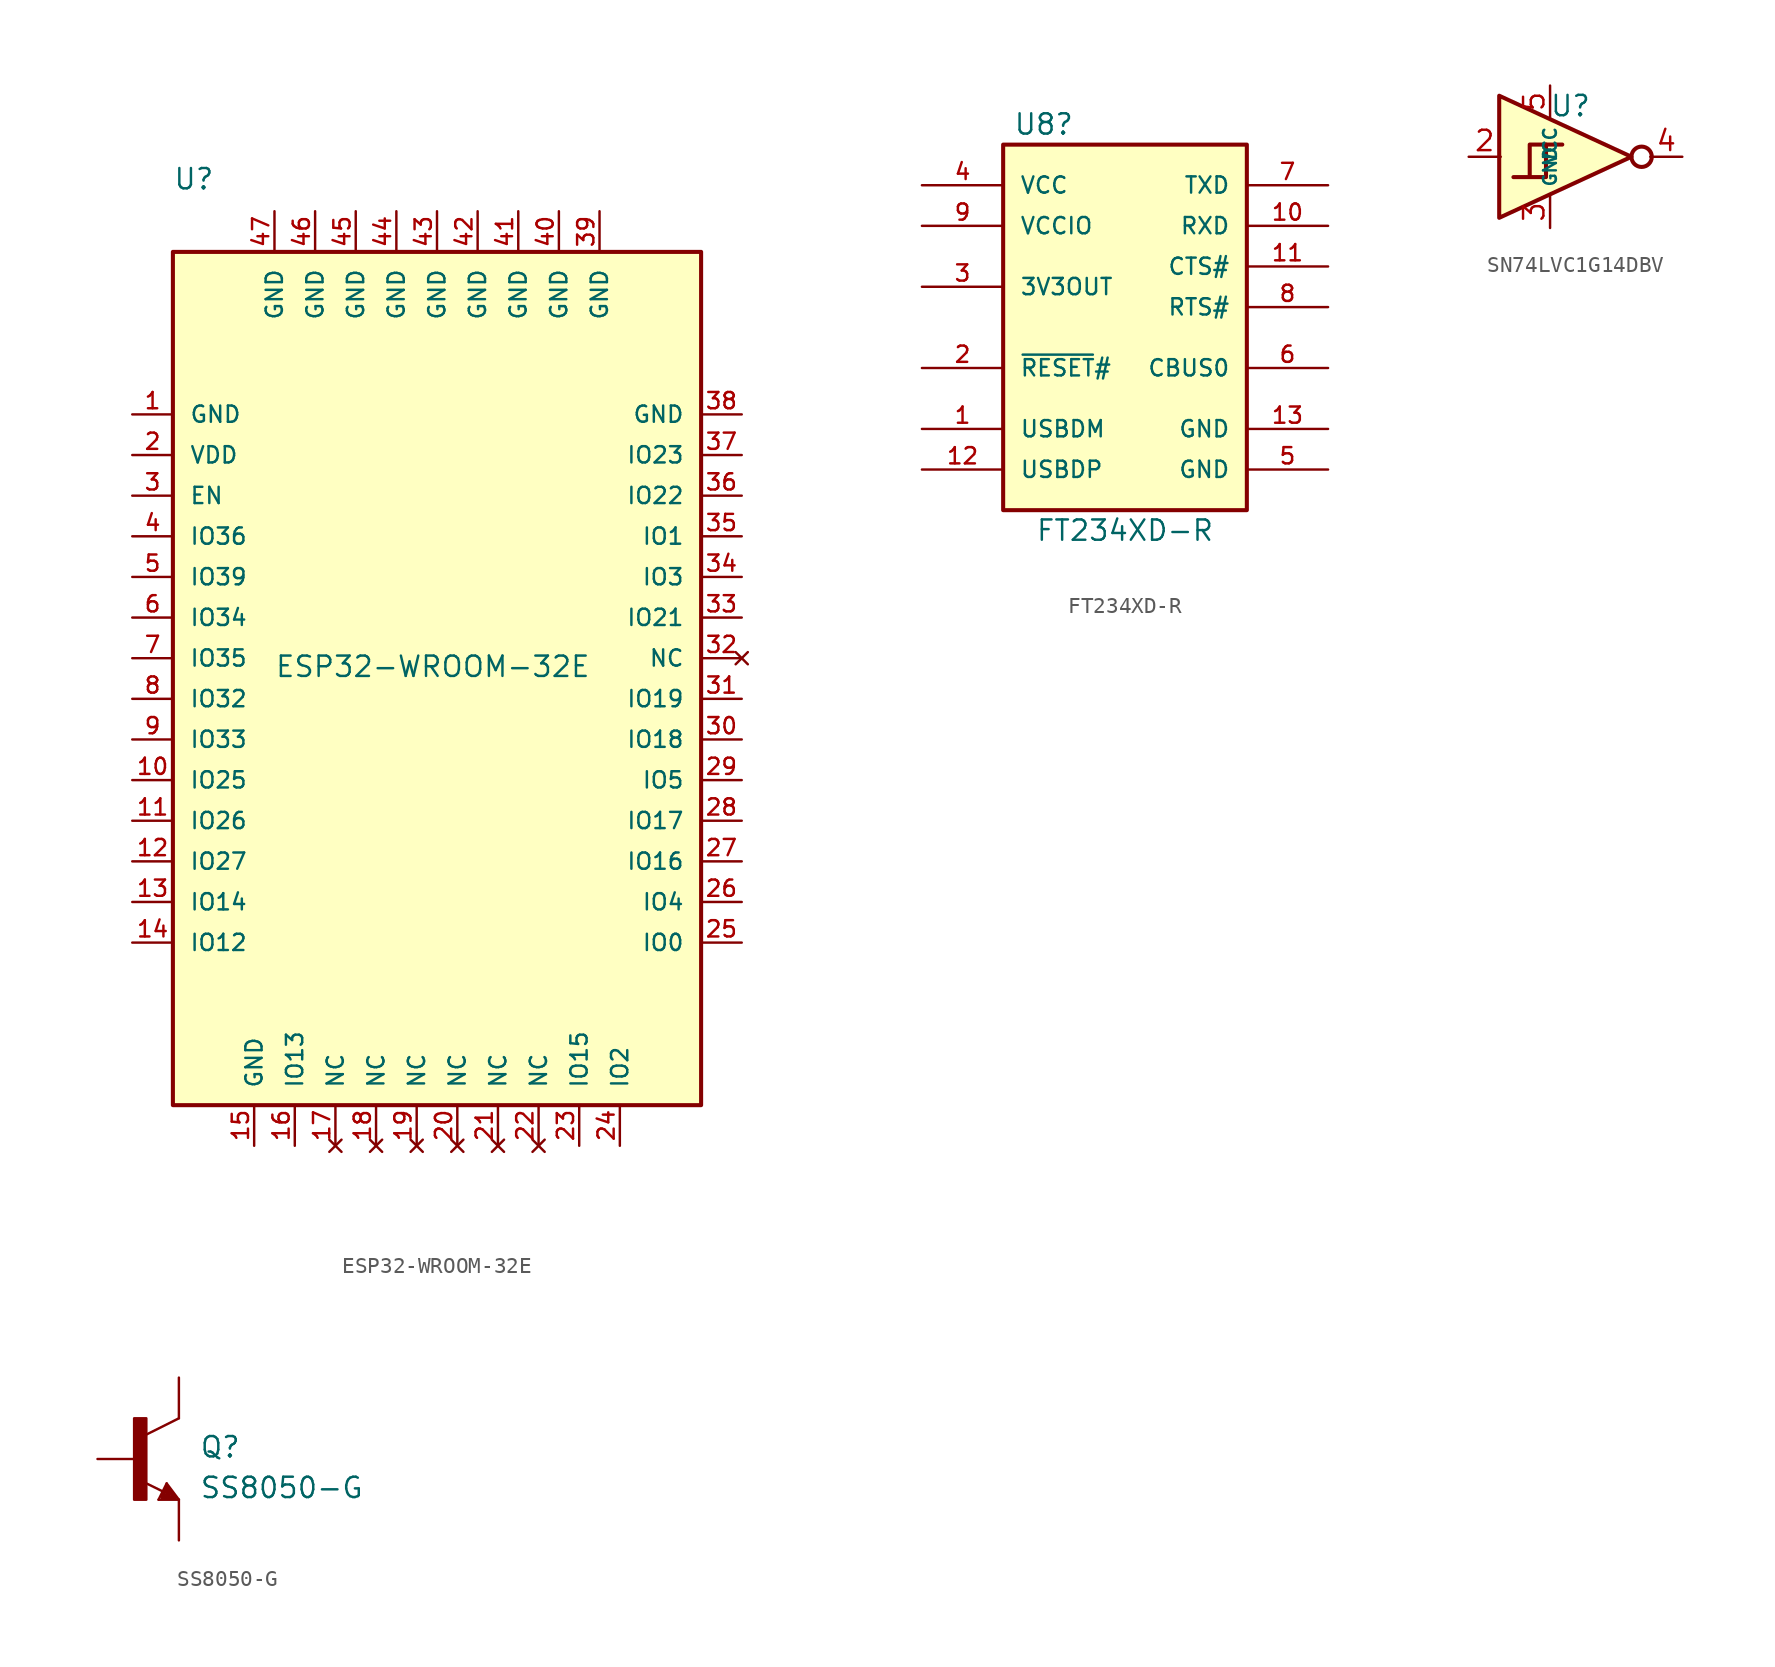
<source format=kicad_sym>
(kicad_symbol_lib
  (version 20220914)
  (generator kicad_symbol_editor)
  (symbol "ESP32-WROOM-32E"
    (pin_names
      (offset 1.016))
    (property "Reference" "U"
      (at -16.51 30.48 0)
      (effects (font (size 1.27 1.27)) (justify left bottom)))
    (property "Value" "ESP32-WROOM-32E"
      (at -10.16 0 0)
      (effects (font (size 1.27 1.27)) (justify left bottom)))
    (symbol "ESP32-WROOM-32E_0_0"
      (rectangle (start -16.51 26.67) (end 16.51 -26.67) (stroke (width 0.254) (type default)) (fill (type background)))
      (pin bidirectional line (at -19.05 -6.35 0) (length 2.54) (name "IO25" (effects (font (size 1.016 1.016)))) (number "10" (effects (font (size 1.016 1.016)))))
      (pin bidirectional line (at -19.05 -8.89 0) (length 2.54) (name "IO26" (effects (font (size 1.016 1.016)))) (number "11" (effects (font (size 1.016 1.016)))))
      (pin bidirectional line (at -19.05 -11.43 0) (length 2.54) (name "IO27" (effects (font (size 1.016 1.016)))) (number "12" (effects (font (size 1.016 1.016)))))
      (pin bidirectional line (at -19.05 -13.97 0) (length 2.54) (name "IO14" (effects (font (size 1.016 1.016)))) (number "13" (effects (font (size 1.016 1.016)))))
      (pin bidirectional line (at -19.05 -16.51 0) (length 2.54) (name "IO12" (effects (font (size 1.016 1.016)))) (number "14" (effects (font (size 1.016 1.016)))))
      (pin bidirectional line (at -8.89 -29.21 90) (length 2.54) (name "IO13" (effects (font (size 1.016 1.016)))) (number "16" (effects (font (size 1.016 1.016)))))
      (pin no_connect line (at -6.35 -29.21 90) (length 2.54) (name "NC" (effects (font (size 1.016 1.016)))) (number "17" (effects (font (size 1.016 1.016)))))
      (pin no_connect line (at -3.81 -29.21 90) (length 2.54) (name "NC" (effects (font (size 1.016 1.016)))) (number "18" (effects (font (size 1.016 1.016)))))
      (pin no_connect line (at -1.27 -29.21 90) (length 2.54) (name "NC" (effects (font (size 1.016 1.016)))) (number "19" (effects (font (size 1.016 1.016)))))
      (pin bidirectional line (at -19.05 13.97 0) (length 2.54) (name "VDD" (effects (font (size 1.016 1.016)))) (number "2" (effects (font (size 1.016 1.016)))))
      (pin no_connect line (at 1.27 -29.21 90) (length 2.54) (name "NC" (effects (font (size 1.016 1.016)))) (number "20" (effects (font (size 1.016 1.016)))))
      (pin no_connect line (at 3.81 -29.21 90) (length 2.54) (name "NC" (effects (font (size 1.016 1.016)))) (number "21" (effects (font (size 1.016 1.016)))))
      (pin no_connect line (at 6.35 -29.21 90) (length 2.54) (name "NC" (effects (font (size 1.016 1.016)))) (number "22" (effects (font (size 1.016 1.016)))))
      (pin bidirectional line (at 8.89 -29.21 90) (length 2.54) (name "IO15" (effects (font (size 1.016 1.016)))) (number "23" (effects (font (size 1.016 1.016)))))
      (pin bidirectional line (at 11.43 -29.21 90) (length 2.54) (name "IO2" (effects (font (size 1.016 1.016)))) (number "24" (effects (font (size 1.016 1.016)))))
      (pin bidirectional line (at 19.05 -16.51 180) (length 2.54) (name "IO0" (effects (font (size 1.016 1.016)))) (number "25" (effects (font (size 1.016 1.016)))))
      (pin bidirectional line (at 19.05 -13.97 180) (length 2.54) (name "IO4" (effects (font (size 1.016 1.016)))) (number "26" (effects (font (size 1.016 1.016)))))
      (pin bidirectional line (at 19.05 -11.43 180) (length 2.54) (name "IO16" (effects (font (size 1.016 1.016)))) (number "27" (effects (font (size 1.016 1.016)))))
      (pin bidirectional line (at 19.05 -8.89 180) (length 2.54) (name "IO17" (effects (font (size 1.016 1.016)))) (number "28" (effects (font (size 1.016 1.016)))))
      (pin bidirectional line (at 19.05 -6.35 180) (length 2.54) (name "IO5" (effects (font (size 1.016 1.016)))) (number "29" (effects (font (size 1.016 1.016)))))
      (pin bidirectional line (at -19.05 11.43 0) (length 2.54) (name "EN" (effects (font (size 1.016 1.016)))) (number "3" (effects (font (size 1.016 1.016)))))
      (pin bidirectional line (at 19.05 -3.81 180) (length 2.54) (name "IO18" (effects (font (size 1.016 1.016)))) (number "30" (effects (font (size 1.016 1.016)))))
      (pin bidirectional line (at 19.05 -1.27 180) (length 2.54) (name "IO19" (effects (font (size 1.016 1.016)))) (number "31" (effects (font (size 1.016 1.016)))))
      (pin bidirectional line (at 19.05 3.81 180) (length 2.54) (name "IO21" (effects (font (size 1.016 1.016)))) (number "33" (effects (font (size 1.016 1.016)))))
      (pin bidirectional line (at 19.05 6.35 180) (length 2.54) (name "IO3" (effects (font (size 1.016 1.016)))) (number "34" (effects (font (size 1.016 1.016)))))
      (pin bidirectional line (at 19.05 8.89 180) (length 2.54) (name "IO1" (effects (font (size 1.016 1.016)))) (number "35" (effects (font (size 1.016 1.016)))))
      (pin bidirectional line (at 19.05 11.43 180) (length 2.54) (name "IO22" (effects (font (size 1.016 1.016)))) (number "36" (effects (font (size 1.016 1.016)))))
      (pin bidirectional line (at 19.05 13.97 180) (length 2.54) (name "IO23" (effects (font (size 1.016 1.016)))) (number "37" (effects (font (size 1.016 1.016)))))
      (pin bidirectional line (at -19.05 8.89 0) (length 2.54) (name "IO36" (effects (font (size 1.016 1.016)))) (number "4" (effects (font (size 1.016 1.016)))))
      (pin bidirectional line (at -19.05 6.35 0) (length 2.54) (name "IO39" (effects (font (size 1.016 1.016)))) (number "5" (effects (font (size 1.016 1.016)))))
      (pin bidirectional line (at -19.05 3.81 0) (length 2.54) (name "IO34" (effects (font (size 1.016 1.016)))) (number "6" (effects (font (size 1.016 1.016)))))
      (pin bidirectional line (at -19.05 1.27 0) (length 2.54) (name "IO35" (effects (font (size 1.016 1.016)))) (number "7" (effects (font (size 1.016 1.016)))))
      (pin bidirectional line (at -19.05 -1.27 0) (length 2.54) (name "IO32" (effects (font (size 1.016 1.016)))) (number "8" (effects (font (size 1.016 1.016)))))
      (pin bidirectional line (at -19.05 -3.81 0) (length 2.54) (name "IO33" (effects (font (size 1.016 1.016)))) (number "9" (effects (font (size 1.016 1.016))))))
    (symbol "ESP32-WROOM-32E_1_0"
      (pin bidirectional line (at -19.05 16.51 0) (length 2.54) (name "GND" (effects (font (size 1.016 1.016)))) (number "1" (effects (font (size 1.016 1.016)))))
      (pin bidirectional line (at -11.43 -29.21 90) (length 2.54) (name "GND" (effects (font (size 1.016 1.016)))) (number "15" (effects (font (size 1.016 1.016)))))
      (pin no_connect line (at 19.05 1.27 180) (length 2.54) (name "NC" (effects (font (size 1.016 1.016)))) (number "32" (effects (font (size 1.016 1.016)))))
      (pin bidirectional line (at 19.05 16.51 180) (length 2.54) (name "GND" (effects (font (size 1.016 1.016)))) (number "38" (effects (font (size 1.016 1.016)))))
      (pin bidirectional line (at 10.16 29.21 270) (length 2.54) (name "GND" (effects (font (size 1.016 1.016)))) (number "39" (effects (font (size 1.016 1.016)))))
      (pin bidirectional line (at 7.62 29.21 270) (length 2.54) (name "GND" (effects (font (size 1.016 1.016)))) (number "40" (effects (font (size 1.016 1.016)))))
      (pin bidirectional line (at 5.08 29.21 270) (length 2.54) (name "GND" (effects (font (size 1.016 1.016)))) (number "41" (effects (font (size 1.016 1.016)))))
      (pin bidirectional line (at 2.54 29.21 270) (length 2.54) (name "GND" (effects (font (size 1.016 1.016)))) (number "42" (effects (font (size 1.016 1.016)))))
      (pin bidirectional line (at 0 29.21 270) (length 2.54) (name "GND" (effects (font (size 1.016 1.016)))) (number "43" (effects (font (size 1.016 1.016)))))
      (pin bidirectional line (at -2.54 29.21 270) (length 2.54) (name "GND" (effects (font (size 1.016 1.016)))) (number "44" (effects (font (size 1.016 1.016)))))
      (pin bidirectional line (at -5.08 29.21 270) (length 2.54) (name "GND" (effects (font (size 1.016 1.016)))) (number "45" (effects (font (size 1.016 1.016)))))
      (pin bidirectional line (at -7.62 29.21 270) (length 2.54) (name "GND" (effects (font (size 1.016 1.016)))) (number "46" (effects (font (size 1.016 1.016)))))
      (pin bidirectional line (at -10.16 29.21 270) (length 2.54) (name "GND" (effects (font (size 1.016 1.016)))) (number "47" (effects (font (size 1.016 1.016)))))))
  (symbol "FT234XD-R"
    (pin_names
      (offset 1.016))
    (property "Reference" "U8"
      (at -5.08 12.7 0)
      (effects (font (size 1.27 1.27))))
    (property "Value" "FT234XD-R"
      (at 0 -12.7 0)
      (effects (font (size 1.27 1.27))))
    (symbol "FT234XD-R_0_0"
      (rectangle (start -7.62 11.43) (end 7.62 -11.43) (stroke (width 0.254) (type default)) (fill (type background)))
      (pin bidirectional line (at -12.7 -6.35 0) (length 5.08) (name "USBDM" (effects (font (size 1.016 1.016)))) (number "1" (effects (font (size 1.016 1.016)))))
      (pin input line (at 12.7 6.35 180) (length 5.08) (name "RXD" (effects (font (size 1.016 1.016)))) (number "10" (effects (font (size 1.016 1.016)))))
      (pin input line (at 12.7 3.81 180) (length 5.08) (name "CTS#" (effects (font (size 1.016 1.016)))) (number "11" (effects (font (size 1.016 1.016)))))
      (pin bidirectional line (at -12.7 -8.89 0) (length 5.08) (name "USBDP" (effects (font (size 1.016 1.016)))) (number "12" (effects (font (size 1.016 1.016)))))
      (pin input line (at -12.7 -2.54 0) (length 5.08) (name "~{RESET}#" (effects (font (size 1.016 1.016)))) (number "2" (effects (font (size 1.016 1.016)))))
      (pin output line (at -12.7 2.54 0) (length 5.08) (name "3V3OUT" (effects (font (size 1.016 1.016)))) (number "3" (effects (font (size 1.016 1.016)))))
      (pin power_in line (at -12.7 8.89 0) (length 5.08) (name "VCC" (effects (font (size 1.016 1.016)))) (number "4" (effects (font (size 1.016 1.016)))))
      (pin power_in line (at 12.7 -8.89 180) (length 5.08) (name "GND" (effects (font (size 1.016 1.016)))) (number "5" (effects (font (size 1.016 1.016)))))
      (pin bidirectional line (at 12.7 -2.54 180) (length 5.08) (name "CBUS0" (effects (font (size 1.016 1.016)))) (number "6" (effects (font (size 1.016 1.016)))))
      (pin output line (at 12.7 8.89 180) (length 5.08) (name "TXD" (effects (font (size 1.016 1.016)))) (number "7" (effects (font (size 1.016 1.016)))))
      (pin output line (at 12.7 1.27 180) (length 5.08) (name "RTS#" (effects (font (size 1.016 1.016)))) (number "8" (effects (font (size 1.016 1.016)))))
      (pin power_in line (at -12.7 6.35 0) (length 5.08) (name "VCCIO" (effects (font (size 1.016 1.016)))) (number "9" (effects (font (size 1.016 1.016))))))
    (symbol "FT234XD-R_1_0"
      (pin power_in line (at 12.7 -6.35 180) (length 5.08) (name "GND" (effects (font (size 1.016 1.016)))) (number "13" (effects (font (size 1.016 1.016)))))))
  (symbol "SN74LVC1G14DBV"
    (property "Reference" "U"
      (at 2.54 3.175 0)
      (effects (font (size 1.27 1.27))))
    (symbol "SN74LVC1G14DBV_0_1"
      (polyline (pts (xy 1.016 0.762) (xy 2.032 0.762)) (stroke (width 0.254) (type default)) (fill (type background)))
      (polyline (pts (xy -1.905 3.81) (xy -1.905 -3.81) (xy 6.35 0) (xy -1.905 3.81)) (stroke (width 0.254) (type default)) (fill (type background)))
      (polyline (pts (xy 0 -1.27) (xy 0 0.762) (xy 1.016 0.762) (xy 1.016 -1.27) (xy -1.016 -1.27)) (stroke (width 0.254) (type default)) (fill (type background)))
      (circle (center 6.985 0) (radius 0.635) (stroke (width 0.254) (type default)) (fill (type none))))
    (symbol "SN74LVC1G14DBV_1_0"
      (pin power_in line (at 1.27 4.445 270) (length 2) (name "VCC" (effects (font (size 0.8 0.8)))) (number "5" (effects (font (size 1.27 1.27))))))
    (symbol "SN74LVC1G14DBV_1_1"
      (pin no_connect line (at 6.35 0 180) (length 5.08) hide (name "NC" (effects (font (size 1.27 1.27)))) (number "1" (effects (font (size 1.27 1.27)))))
      (pin input line (at -3.81 0 0) (length 2) (name "~" (effects (font (size 1.27 1.27)))) (number "2" (effects (font (size 1.27 1.27)))))
      (pin power_in line (at 1.27 -4.445 90) (length 2) (name "GND" (effects (font (size 0.8 0.8)))) (number "3" (effects (font (size 1.27 1.27)))))
      (pin output line (at 9.525 0 180) (length 2) (name "~" (effects (font (size 1.27 1.27)))) (number "4" (effects (font (size 1.27 1.27)))))))
  (symbol "SS8050-G"
    (pin_numbers hide)
    (pin_names
      (offset 1.016) hide)
    (property "Reference" "Q"
      (at 3.81 0 0)
      (effects (font (size 1.27 1.27)) (justify left bottom)))
    (property "Value" "SS8050-G"
      (at 3.81 -2.54 0)
      (effects (font (size 1.27 1.27)) (justify left bottom)))
    (symbol "SS8050-G_0_0"
      (rectangle (start -0.254 2.54) (end 0.508 -2.54) (stroke (width 0) (type solid)) (fill (type outline)))
      (polyline (pts (xy 1.27 -2.54) (xy 1.778 -1.524)) (stroke (width 0.152) (type solid)) (fill (type none)))
      (polyline (pts (xy 1.524 -2.413) (xy 2.286 -2.413)) (stroke (width 0.254) (type solid)) (fill (type none)))
      (polyline (pts (xy 1.524 -2.286) (xy 1.905 -2.286)) (stroke (width 0.254) (type solid)) (fill (type none)))
      (polyline (pts (xy 1.549 -2.032) (xy 0.305 -1.422)) (stroke (width 0.152) (type solid)) (fill (type none)))
      (polyline (pts (xy 1.778 -1.778) (xy 1.524 -2.286)) (stroke (width 0.254) (type solid)) (fill (type none)))
      (polyline (pts (xy 1.778 -1.524) (xy 2.54 -2.54)) (stroke (width 0.152) (type solid)) (fill (type none)))
      (polyline (pts (xy 1.905 -2.286) (xy 1.778 -2.032)) (stroke (width 0.254) (type solid)) (fill (type none)))
      (polyline (pts (xy 2.286 -2.413) (xy 1.778 -1.778)) (stroke (width 0.254) (type solid)) (fill (type none)))
      (polyline (pts (xy 2.54 -2.54) (xy 1.27 -2.54)) (stroke (width 0.152) (type solid)) (fill (type none)))
      (polyline (pts (xy 2.54 2.54) (xy 0.508 1.524)) (stroke (width 0.152) (type solid)) (fill (type none)))
      (pin passive line (at -2.54 0 0) (length 2.54) (name "~" (effects (font (size 1.016 1.016)))) (number "1" (effects (font (size 1.016 1.016)))))
      (pin passive line (at 2.54 -5.08 90) (length 2.54) (name "~" (effects (font (size 1.016 1.016)))) (number "2" (effects (font (size 1.016 1.016)))))
      (pin passive line (at 2.54 5.08 270) (length 2.54) (name "~" (effects (font (size 1.016 1.016)))) (number "3" (effects (font (size 1.016 1.016))))))))
</source>
